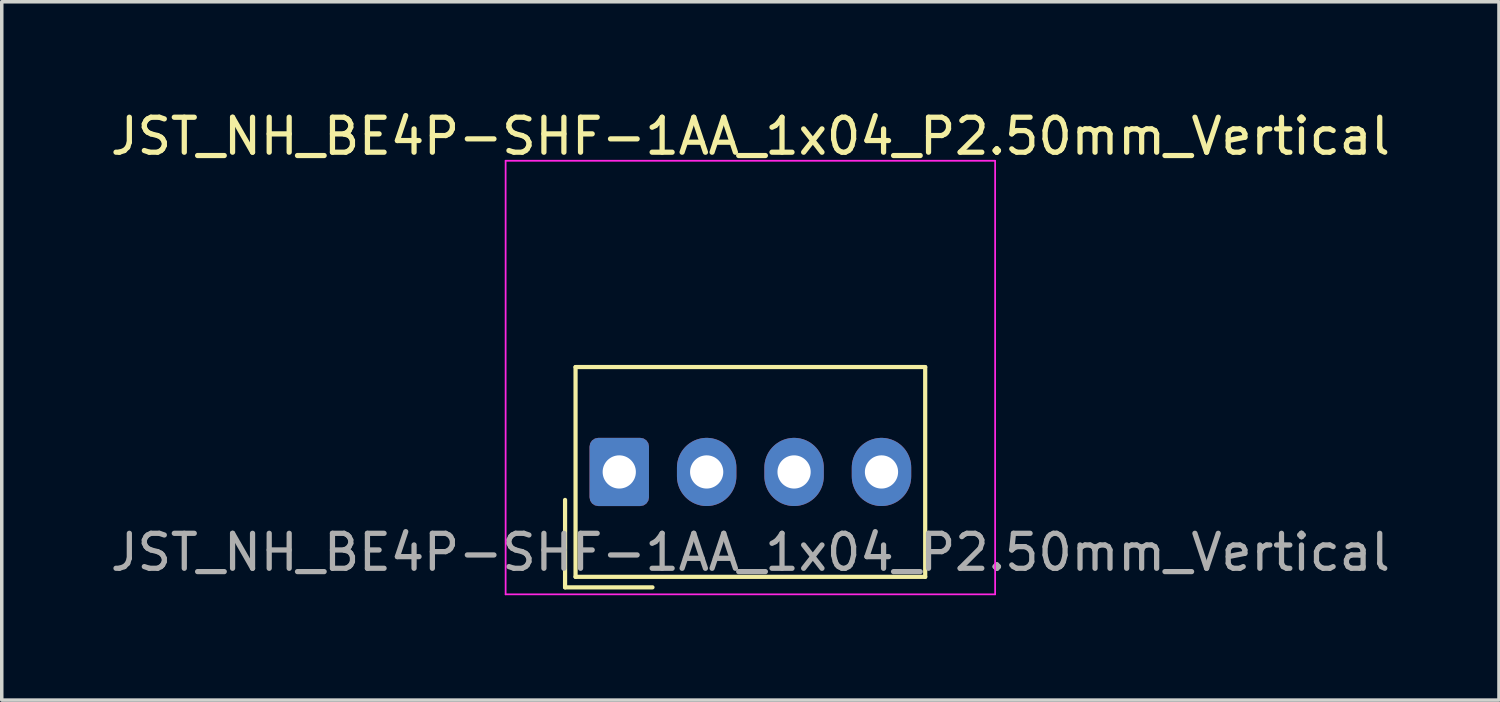
<source format=kicad_pcb>
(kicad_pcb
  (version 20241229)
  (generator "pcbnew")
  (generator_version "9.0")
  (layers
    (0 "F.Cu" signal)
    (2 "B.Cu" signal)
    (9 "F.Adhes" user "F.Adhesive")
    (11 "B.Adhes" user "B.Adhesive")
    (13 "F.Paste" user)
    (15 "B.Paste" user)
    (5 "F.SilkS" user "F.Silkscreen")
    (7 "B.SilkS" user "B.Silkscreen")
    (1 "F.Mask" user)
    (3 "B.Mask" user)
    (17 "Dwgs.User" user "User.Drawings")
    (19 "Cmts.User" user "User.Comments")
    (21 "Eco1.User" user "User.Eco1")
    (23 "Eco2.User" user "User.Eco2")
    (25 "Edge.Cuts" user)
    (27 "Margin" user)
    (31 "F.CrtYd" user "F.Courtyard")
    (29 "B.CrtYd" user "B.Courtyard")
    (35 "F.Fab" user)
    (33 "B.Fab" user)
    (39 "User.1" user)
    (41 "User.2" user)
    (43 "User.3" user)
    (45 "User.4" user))
  (footprint "JST_NH_BE4P-SHF-1AA_1x04_P2.50mm_Vertical"
    (layer "F.Cu")
    (at 14.661 10.448)
    (property "Reference" "JST_NH_BE4P-SHF-1AA_1x04_P2.50mm_Vertical" (at 3.75 -9.6 0) (layer "F.SilkS") (effects (font (size 1 1) (thickness 0.15))))
    (attr through_hole)
    (fp_line (start -1.55 0.8) (end -1.55 3.3) (stroke (width 0.12) (type solid)) (layer "F.SilkS"))
    (fp_line (start -1.55 3.3) (end 0.95 3.3) (stroke (width 0.12) (type solid)) (layer "F.SilkS"))
    (fp_line (start -1.25 -3) (end -1.25 3) (stroke (width 0.12) (type solid)) (layer "F.SilkS"))
    (fp_line (start -1.25 3) (end 8.75 3) (stroke (width 0.12) (type solid)) (layer "F.SilkS"))
    (fp_line (start 8.75 -3) (end -1.25 -3) (stroke (width 0.12) (type solid)) (layer "F.SilkS"))
    (fp_line (start 8.75 3) (end 8.75 -3) (stroke (width 0.12) (type solid)) (layer "F.SilkS"))
    (fp_line (start -3.25 -8.9) (end -3.25 3.5) (stroke (width 0.05) (type solid)) (layer "F.CrtYd"))
    (fp_line (start -3.25 3.5) (end 10.75 3.5) (stroke (width 0.05) (type solid)) (layer "F.CrtYd"))
    (fp_line (start 10.75 -8.9) (end -3.25 -8.9) (stroke (width 0.05) (type solid)) (layer "F.CrtYd"))
    (fp_line (start 10.75 3.5) (end 10.75 -8.9) (stroke (width 0.05) (type solid)) (layer "F.CrtYd"))
    (fp_text user "${REFERENCE}" (at 3.75 2.3 0) (layer "F.Fab") (effects (font (size 1 1) (thickness 0.15))))
    (pad "1" thru_hole roundrect (at 0 0) (size 1.7 1.95) (drill 0.95) (layers "*.Cu" "*.Mask") (roundrect_rratio 0.147))
    (pad "2" thru_hole oval (at 2.5 0) (size 1.7 1.95) (drill 0.95) (layers "*.Cu" "*.Mask"))
    (pad "3" thru_hole oval (at 5 0) (size 1.7 1.95) (drill 0.95) (layers "*.Cu" "*.Mask"))
    (pad "4" thru_hole oval (at 7.5 0) (size 1.7 1.95) (drill 0.95) (layers "*.Cu" "*.Mask")))
  (gr_rect
    (start -3 -3)
    (end 39.821 16.973)
    (stroke (width 0.1) (type default))
    (fill no)
    (layer "Edge.Cuts")))
</source>
